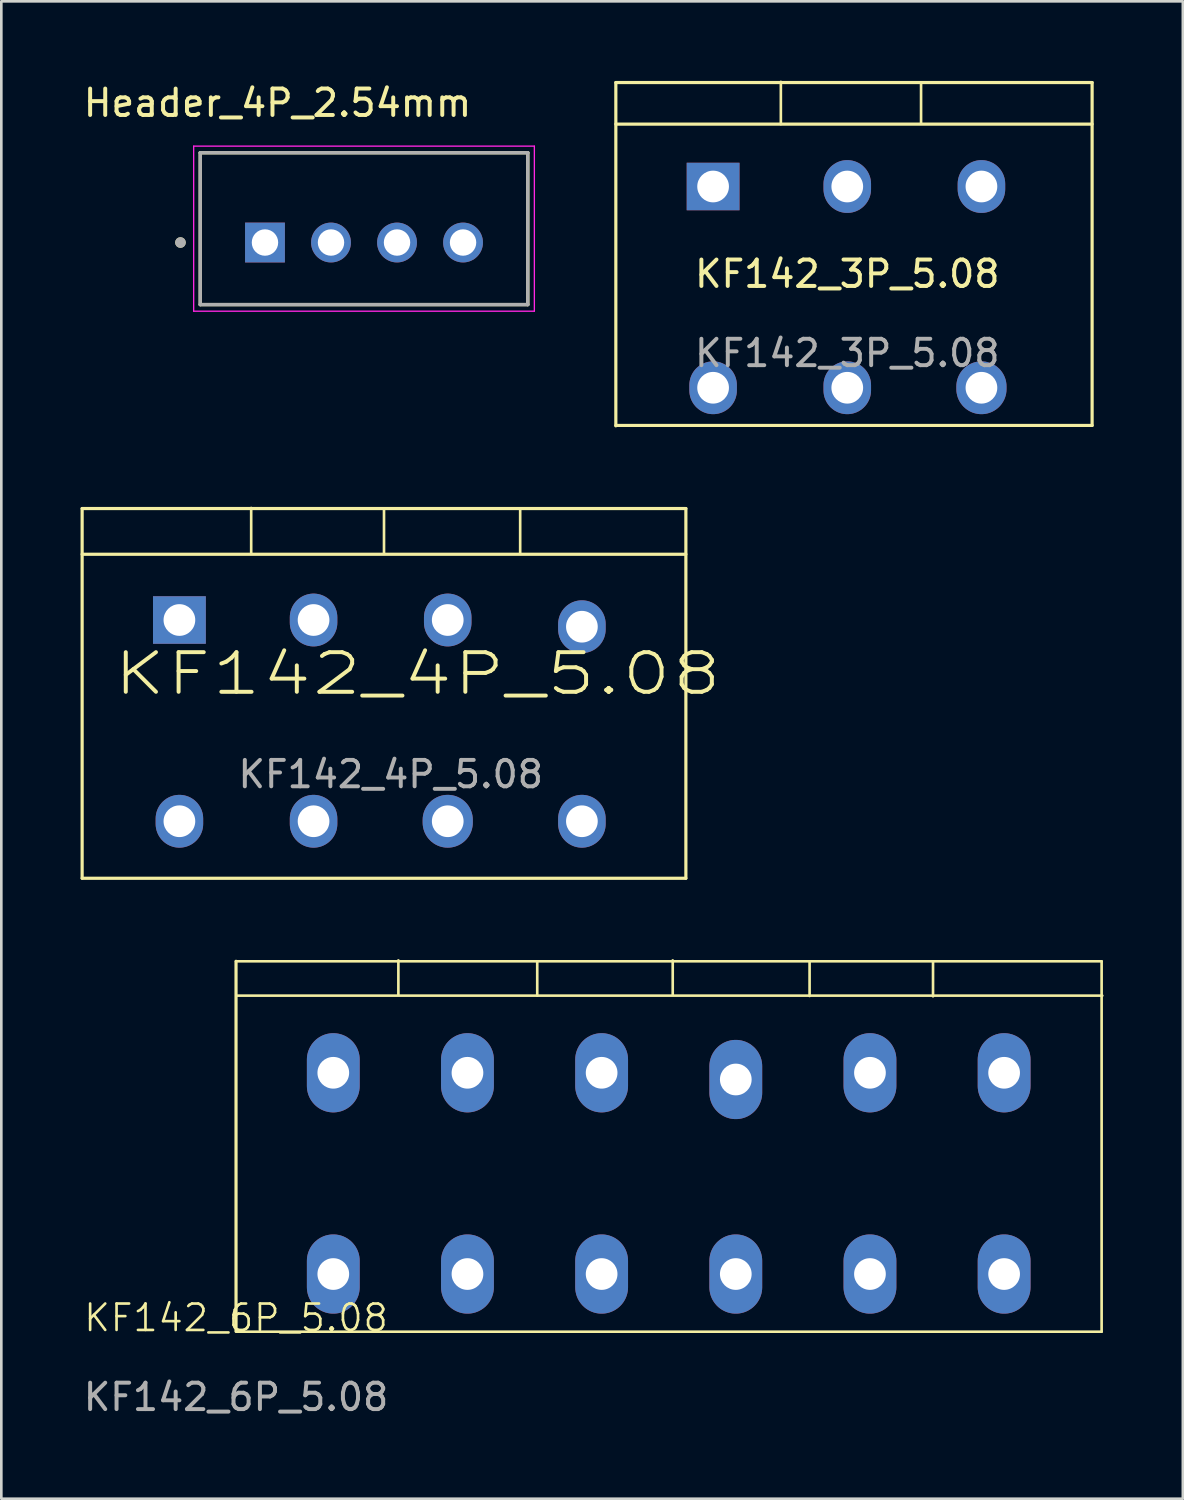
<source format=kicad_pcb>
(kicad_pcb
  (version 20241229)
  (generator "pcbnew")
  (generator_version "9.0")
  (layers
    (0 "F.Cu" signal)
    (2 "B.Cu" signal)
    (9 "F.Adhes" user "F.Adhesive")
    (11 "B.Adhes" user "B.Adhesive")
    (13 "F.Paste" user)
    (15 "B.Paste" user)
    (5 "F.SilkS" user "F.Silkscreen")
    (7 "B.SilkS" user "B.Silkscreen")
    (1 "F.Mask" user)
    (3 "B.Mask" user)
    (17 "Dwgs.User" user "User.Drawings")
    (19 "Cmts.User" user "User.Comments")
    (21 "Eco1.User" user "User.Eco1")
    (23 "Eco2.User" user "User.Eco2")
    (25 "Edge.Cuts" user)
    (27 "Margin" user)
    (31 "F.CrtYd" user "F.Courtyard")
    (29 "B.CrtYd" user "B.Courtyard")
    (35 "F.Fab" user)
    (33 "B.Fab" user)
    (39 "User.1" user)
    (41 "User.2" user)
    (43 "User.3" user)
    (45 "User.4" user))
  (footprint "KF142_3P_5.08"
    (layer "F.Cu")
    (at 29.031 7.822)
    (property "Reference" "KF142_3P_5.08" (at 0 -0.5 0) (unlocked yes) (layer "F.SilkS") (effects (font (size 1 1) (thickness 0.15))))
    (attr through_hole)
    (fp_line (start -8.763 -7.747) (end -8.763 5.252) (stroke (width 0.12) (type solid)) (layer "F.SilkS"))
    (fp_line (start -8.763 -7.747) (end 9.271 -7.747) (stroke (width 0.12) (type solid)) (layer "F.SilkS"))
    (fp_line (start -8.763 -6.172) (end 9.271 -6.172) (stroke (width 0.12) (type solid)) (layer "F.SilkS"))
    (fp_line (start -8.763 5.237) (end 9.271 5.237) (stroke (width 0.12) (type solid)) (layer "F.SilkS"))
    (fp_line (start -2.515 -6.172) (end -2.515 -7.772) (stroke (width 0.1) (type default)) (layer "F.SilkS"))
    (fp_line (start 2.794 -6.198) (end 2.794 -7.747) (stroke (width 0.1) (type default)) (layer "F.SilkS"))
    (fp_line (start 9.271 -7.747) (end 9.271 5.237) (stroke (width 0.12) (type solid)) (layer "F.SilkS"))
    (fp_text user "${REFERENCE}" (at 0 2.5 0) (unlocked yes) (layer "F.Fab") (effects (font (size 1 1) (thickness 0.15))))
    (pad "1" thru_hole rect (at -5.08 -3.81) (size 2 1.8) (drill 1.2) (layers "*.Cu" "*.Mask"))
    (pad "1" thru_hole oval (at -5.08 3.81) (size 1.8 2) (drill 1.2) (layers "*.Cu" "*.Mask"))
    (pad "2" thru_hole oval (at 0 -3.81) (size 1.8 2) (drill 1.2) (layers "*.Cu" "*.Mask"))
    (pad "2" thru_hole oval (at 0 3.81) (size 1.8 2) (drill 1.2) (layers "*.Cu" "*.Mask"))
    (pad "3" thru_hole oval (at 5.08 -3.81) (size 1.8 2) (drill 1.2) (layers "*.Cu" "*.Mask"))
    (pad "3" thru_hole oval (at 5.08 3.81) (size 1.9 2) (drill 1.2) (layers "*.Cu" "*.Mask")))
  (footprint "Header_4P_2.54mm"
    (layer "F.Cu")
    (at 10.733 5.608)
    (property "Reference" "Header_4P_2.54mm" (at -3.275 -4.76 0) (layer "F.SilkS") (effects (font (size 1 1) (thickness 0.15))))
    (attr through_hole)
    (fp_line (start -6.2 -2.875) (end 6.2 -2.875) (stroke (width 0.127) (type solid)) (layer "F.SilkS"))
    (fp_line (start -6.2 2.875) (end -6.2 -2.875) (stroke (width 0.127) (type solid)) (layer "F.SilkS"))
    (fp_line (start 6.2 -2.875) (end 6.2 2.875) (stroke (width 0.127) (type solid)) (layer "F.SilkS"))
    (fp_line (start 6.2 2.875) (end -6.2 2.875) (stroke (width 0.127) (type solid)) (layer "F.SilkS"))
    (fp_circle (center -6.95 0.525) (end -6.85 0.525) (stroke (width 0.2) (type solid)) (fill no) (layer "F.SilkS"))
    (fp_line (start -6.45 -3.125) (end -6.45 3.125) (stroke (width 0.05) (type solid)) (layer "F.CrtYd"))
    (fp_line (start -6.45 3.125) (end 6.45 3.125) (stroke (width 0.05) (type solid)) (layer "F.CrtYd"))
    (fp_line (start 6.45 -3.125) (end -6.45 -3.125) (stroke (width 0.05) (type solid)) (layer "F.CrtYd"))
    (fp_line (start 6.45 3.125) (end 6.45 -3.125) (stroke (width 0.05) (type solid)) (layer "F.CrtYd"))
    (fp_line (start -6.2 -2.875) (end 6.2 -2.875) (stroke (width 0.127) (type solid)) (layer "F.Fab"))
    (fp_line (start -6.2 2.875) (end -6.2 -2.875) (stroke (width 0.127) (type solid)) (layer "F.Fab"))
    (fp_line (start 6.2 -2.875) (end 6.2 2.875) (stroke (width 0.127) (type solid)) (layer "F.Fab"))
    (fp_line (start 6.2 2.875) (end -6.2 2.875) (stroke (width 0.127) (type solid)) (layer "F.Fab"))
    (fp_circle (center -6.95 0.525) (end -6.85 0.525) (stroke (width 0.2) (type solid)) (fill no) (layer "F.Fab"))
    (pad "1" thru_hole rect (at -3.75 0.525) (size 1.508 1.508) (drill 1) (layers "*.Cu" "*.Mask"))
    (pad "2" thru_hole circle (at -1.25 0.525) (size 1.508 1.508) (drill 1) (layers "*.Cu" "*.Mask"))
    (pad "3" thru_hole circle (at 1.25 0.525) (size 1.508 1.508) (drill 1) (layers "*.Cu" "*.Mask"))
    (pad "4" thru_hole circle (at 3.75 0.525) (size 1.508 1.508) (drill 1) (layers "*.Cu" "*.Mask")))
  (footprint "KF142_6P_5.08"
    (layer "F.Cu")
    (at 5.887 47.349)
    (property "Reference" "KF142_6P_5.08" (at 0 -0.5 0) (unlocked yes) (layer "F.SilkS") (effects (font (size 1 1) (thickness 0.1))))
    (attr through_hole)
    (fp_line (start 0 -14) (end 32.775 -14) (stroke (width 0.1) (type default)) (layer "F.SilkS"))
    (fp_line (start 0 0) (end 0 -14) (stroke (width 0.12) (type solid)) (layer "F.SilkS"))
    (fp_line (start 0.025 -12.7) (end 32.8 -12.7) (stroke (width 0.1) (type default)) (layer "F.SilkS"))
    (fp_line (start 6.147 -12.738) (end 6.147 -14.034) (stroke (width 0.1) (type default)) (layer "F.SilkS"))
    (fp_line (start 11.405 -12.7) (end 11.405 -13.995) (stroke (width 0.1) (type default)) (layer "F.SilkS"))
    (fp_line (start 16.535 -12.738) (end 16.535 -14.034) (stroke (width 0.1) (type default)) (layer "F.SilkS"))
    (fp_line (start 21.717 -12.687) (end 21.717 -13.983) (stroke (width 0.1) (type default)) (layer "F.SilkS"))
    (fp_line (start 26.391 -12.675) (end 26.391 -13.97) (stroke (width 0.1) (type default)) (layer "F.SilkS"))
    (fp_line (start 32.775 -14) (end 32.775 0.025) (stroke (width 0.1) (type default)) (layer "F.SilkS"))
    (fp_line (start 32.775 0.025) (end 0 0.025) (stroke (width 0.1) (type default)) (layer "F.SilkS"))
    (fp_text user "${REFERENCE}" (at 0 2.5 0) (unlocked yes) (layer "F.Fab") (effects (font (size 1 1) (thickness 0.15))))
    (pad "1" thru_hole oval (at 3.683 -9.779) (size 2 3) (drill 1.2) (layers "*.Cu" "*.Mask"))
    (pad "1" thru_hole oval (at 3.683 -2.159) (size 2 3) (drill 1.2) (layers "*.Cu" "*.Mask"))
    (pad "2" thru_hole oval (at 8.763 -9.779) (size 2 3) (drill 1.2) (layers "*.Cu" "*.Mask"))
    (pad "2" thru_hole oval (at 8.763 -2.159) (size 2 3) (drill 1.2) (layers "*.Cu" "*.Mask"))
    (pad "3" thru_hole oval (at 13.843 -9.779) (size 2 3) (drill 1.2) (layers "*.Cu" "*.Mask"))
    (pad "3" thru_hole oval (at 13.843 -2.159) (size 2 3) (drill 1.2) (layers "*.Cu" "*.Mask"))
    (pad "4" thru_hole oval (at 18.923 -9.525) (size 2 3) (drill 1.2) (layers "*.Cu" "*.Mask"))
    (pad "4" thru_hole oval (at 18.923 -2.159) (size 2 3) (drill 1.2) (layers "*.Cu" "*.Mask"))
    (pad "5" thru_hole oval (at 24.003 -9.779) (size 2 3) (drill 1.2) (layers "*.Cu" "*.Mask"))
    (pad "5" thru_hole oval (at 24.003 -2.159) (size 2 3) (drill 1.2) (layers "*.Cu" "*.Mask"))
    (pad "6" thru_hole oval (at 29.083 -9.779) (size 2 3) (drill 1.2) (layers "*.Cu" "*.Mask"))
    (pad "6" thru_hole oval (at 29.083 -2.159) (size 2 3) (drill 1.2) (layers "*.Cu" "*.Mask")))
  (footprint "KF142_4P_5.08"
    (layer "F.Cu")
    (at 3.743 20.426)
    (property "Reference" "KF142_4P_5.08" (at 9.017 2.032 0) (unlocked yes) (layer "F.SilkS") (effects (font (size 1.5 2) (thickness 0.15))))
    (attr through_hole)
    (fp_line (start -3.683 -4.221) (end 19.177 -4.221) (stroke (width 0.12) (type solid)) (layer "F.SilkS"))
    (fp_line (start -3.683 -2.489) (end 19.177 -2.489) (stroke (width 0.12) (type solid)) (layer "F.SilkS"))
    (fp_line (start -3.683 9.779) (end -3.683 -4.221) (stroke (width 0.12) (type solid)) (layer "F.SilkS"))
    (fp_line (start -3.683 9.779) (end 19.177 9.779) (stroke (width 0.12) (type solid)) (layer "F.SilkS"))
    (fp_line (start 2.718 -2.54) (end 2.718 -4.242) (stroke (width 0.1) (type default)) (layer "F.SilkS"))
    (fp_line (start 7.747 -2.519) (end 7.747 -4.221) (stroke (width 0.1) (type default)) (layer "F.SilkS"))
    (fp_line (start 12.903 -2.527) (end 12.903 -4.229) (stroke (width 0.1) (type default)) (layer "F.SilkS"))
    (fp_line (start 19.177 9.779) (end 19.177 -4.221) (stroke (width 0.12) (type solid)) (layer "F.SilkS"))
    (fp_text user "${REFERENCE}" (at 8.001 5.842 0) (unlocked yes) (layer "F.Fab") (effects (font (size 1 1) (thickness 0.15))))
    (pad "1" thru_hole rect (at 0 0) (size 2 1.8) (drill 1.2) (layers "*.Cu" "*.Mask"))
    (pad "1" thru_hole oval (at 0 7.62) (size 1.8 2) (drill 1.2) (layers "*.Cu" "*.Mask"))
    (pad "2" thru_hole oval (at 5.08 0) (size 1.8 2) (drill 1.2) (layers "*.Cu" "*.Mask"))
    (pad "2" thru_hole oval (at 5.08 7.62) (size 1.8 2) (drill 1.2) (layers "*.Cu" "*.Mask"))
    (pad "3" thru_hole oval (at 10.16 0) (size 1.8 2) (drill 1.2) (layers "*.Cu" "*.Mask"))
    (pad "3" thru_hole oval (at 10.16 7.62) (size 1.9 2) (drill 1.2) (layers "*.Cu" "*.Mask"))
    (pad "4" thru_hole oval (at 15.24 0.254) (size 1.8 2) (drill 1.2) (layers "*.Cu" "*.Mask"))
    (pad "4" thru_hole oval (at 15.24 7.62) (size 1.8 2) (drill 1.2) (layers "*.Cu" "*.Mask")))
  (gr_rect
    (start -3 -3)
    (end 41.737 53.697)
    (stroke (width 0.1) (type default))
    (fill no)
    (layer "Edge.Cuts")))
</source>
